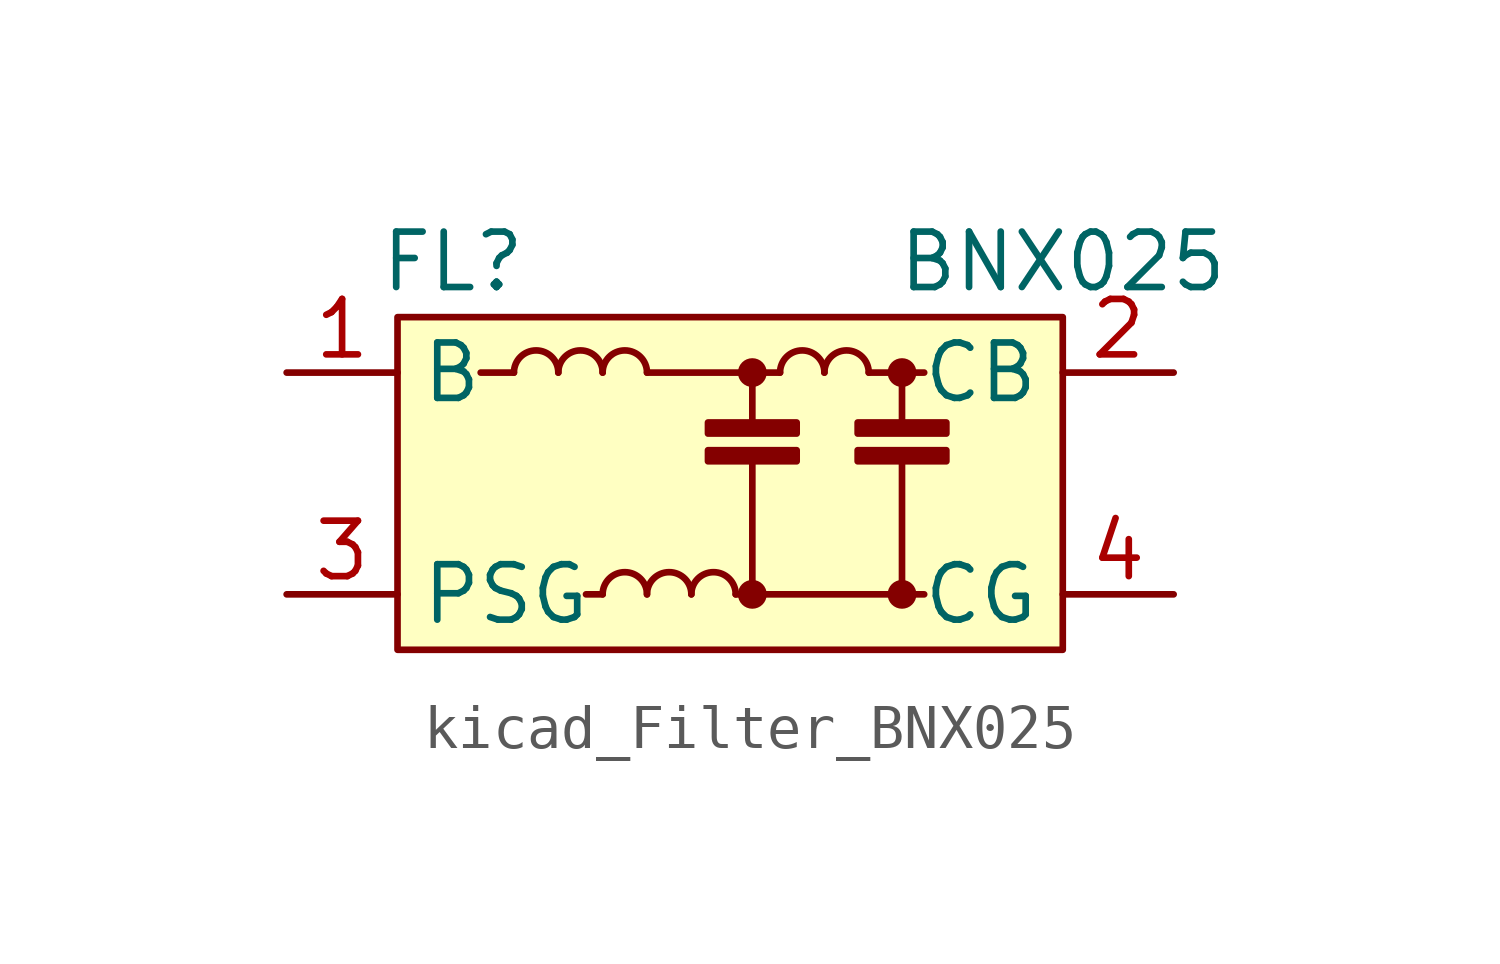
<source format=kicad_sym>
(kicad_symbol_lib
  (version 20220914)
  (generator kicad_symbol_editor)
  (symbol "kicad_Filter_BNX025"
    (property "Reference" "FL"
      (at -6.35 5.08 0)
      (effects (font (size 1.27 1.27))))
    (property "Value" "BNX025"
      (at 7.62 5.08 0)
      (effects (font (size 1.27 1.27))))
    (symbol "kicad_Filter_BNX025_0_1"
      (rectangle (start -7.62 3.81) (end 7.62 -3.81) (stroke (width 0) (type default)) (fill (type background)))
      (arc (start -1.905 -2.54) (mid -2.413 -2.0342) (end -2.921 -2.54) (stroke (width 0) (type default)) (fill (type none)))
      (arc (start -0.889 -2.54) (mid -1.397 -2.0342) (end -1.905 -2.54) (stroke (width 0) (type default)) (fill (type none)))
      (rectangle (start -0.508 0.508) (end 1.524 0.762) (stroke (width 0) (type default)) (fill (type outline)))
      (polyline (pts (xy -4.953 2.54) (xy -5.715 2.54)) (stroke (width 0) (type default)) (fill (type none)))
      (polyline (pts (xy -3.302 -2.54) (xy -2.921 -2.54)) (stroke (width 0) (type default)) (fill (type none)))
      (polyline (pts (xy 0.127 -2.54) (xy 0.508 -2.54)) (stroke (width 0) (type default)) (fill (type none)))
      (polyline (pts (xy 0.381 2.54) (xy -1.905 2.54)) (stroke (width 0) (type default)) (fill (type none)))
      (polyline (pts (xy 0.508 -2.54) (xy 0.508 0.508)) (stroke (width 0) (type default)) (fill (type none)))
      (polyline (pts (xy 0.508 2.54) (xy 0.508 1.27)) (stroke (width 0) (type default)) (fill (type none)))
      (polyline (pts (xy 1.143 2.54) (xy 0.508 2.54)) (stroke (width 0) (type default)) (fill (type none)))
      (polyline (pts (xy 3.175 2.54) (xy 3.937 2.54)) (stroke (width 0) (type default)) (fill (type none)))
      (polyline (pts (xy 3.937 -2.54) (xy 0.508 -2.54)) (stroke (width 0) (type default)) (fill (type none)))
      (polyline (pts (xy 3.937 -2.54) (xy 3.937 0.508)) (stroke (width 0) (type default)) (fill (type none)))
      (polyline (pts (xy 3.937 -2.54) (xy 4.445 -2.54)) (stroke (width 0) (type default)) (fill (type none)))
      (polyline (pts (xy 3.937 2.54) (xy 3.937 1.27)) (stroke (width 0) (type default)) (fill (type none)))
      (polyline (pts (xy 3.937 2.54) (xy 4.445 2.54)) (stroke (width 0) (type default)) (fill (type none)))
      (arc (start 0.127 -2.54) (mid -0.381 -2.0342) (end -0.889 -2.54) (stroke (width 0) (type default)) (fill (type none)))
      (circle (center 0.508 2.54) (radius 0.254) (stroke (width 0) (type default)) (fill (type outline)))
      (rectangle (start 1.524 1.143) (end -0.508 1.397) (stroke (width 0) (type default)) (fill (type outline)))
      (arc (start 2.159 2.54) (mid 1.651 3.0458) (end 1.143 2.54) (stroke (width 0) (type default)) (fill (type none)))
      (arc (start 3.175 2.54) (mid 2.667 3.0458) (end 2.159 2.54) (stroke (width 0) (type default)) (fill (type none))))
    (symbol "kicad_Filter_BNX025_1_1"
      (arc (start -3.937 2.54) (mid -4.445 3.0458) (end -4.953 2.54) (stroke (width 0) (type default)) (fill (type none)))
      (arc (start -2.921 2.54) (mid -3.429 3.0458) (end -3.937 2.54) (stroke (width 0) (type default)) (fill (type none)))
      (arc (start -1.905 2.54) (mid -2.413 3.0458) (end -2.921 2.54) (stroke (width 0) (type default)) (fill (type none)))
      (circle (center 0.508 -2.54) (radius 0.254) (stroke (width 0) (type default)) (fill (type outline)))
      (rectangle (start 2.921 0.508) (end 4.953 0.762) (stroke (width 0) (type default)) (fill (type outline)))
      (circle (center 3.937 -2.54) (radius 0.254) (stroke (width 0) (type default)) (fill (type outline)))
      (circle (center 3.937 2.54) (radius 0.254) (stroke (width 0) (type default)) (fill (type outline)))
      (rectangle (start 4.953 1.143) (end 2.921 1.397) (stroke (width 0) (type default)) (fill (type outline)))
      (pin passive line (at -10.16 2.54 0) (length 2.54) (name "B" (effects (font (size 1.27 1.27)))) (number "1" (effects (font (size 1.27 1.27)))))
      (pin passive line (at 10.16 2.54 180) (length 2.54) (name "CB" (effects (font (size 1.27 1.27)))) (number "2" (effects (font (size 1.27 1.27)))))
      (pin passive line (at -10.16 -2.54 0) (length 2.54) (name "PSG" (effects (font (size 1.27 1.27)))) (number "3" (effects (font (size 1.27 1.27)))))
      (pin passive line (at 10.16 -2.54 180) (length 2.54) (name "CG" (effects (font (size 1.27 1.27)))) (number "4" (effects (font (size 1.27 1.27))))))))
</source>
